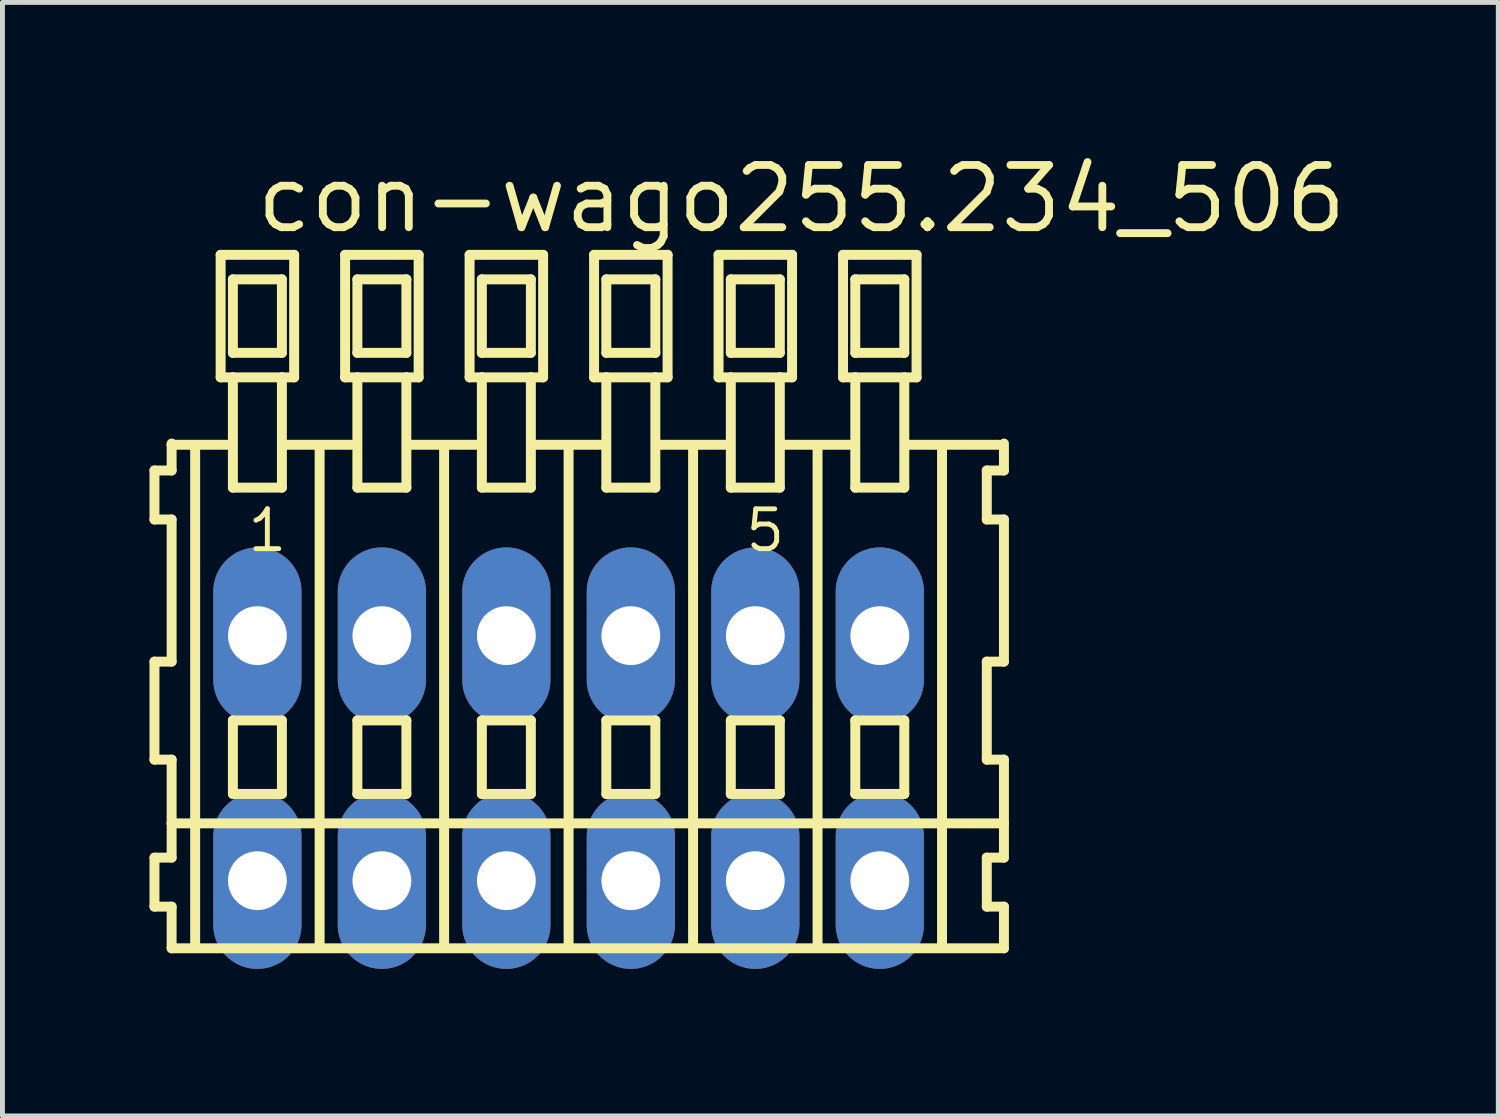
<source format=kicad_pcb>
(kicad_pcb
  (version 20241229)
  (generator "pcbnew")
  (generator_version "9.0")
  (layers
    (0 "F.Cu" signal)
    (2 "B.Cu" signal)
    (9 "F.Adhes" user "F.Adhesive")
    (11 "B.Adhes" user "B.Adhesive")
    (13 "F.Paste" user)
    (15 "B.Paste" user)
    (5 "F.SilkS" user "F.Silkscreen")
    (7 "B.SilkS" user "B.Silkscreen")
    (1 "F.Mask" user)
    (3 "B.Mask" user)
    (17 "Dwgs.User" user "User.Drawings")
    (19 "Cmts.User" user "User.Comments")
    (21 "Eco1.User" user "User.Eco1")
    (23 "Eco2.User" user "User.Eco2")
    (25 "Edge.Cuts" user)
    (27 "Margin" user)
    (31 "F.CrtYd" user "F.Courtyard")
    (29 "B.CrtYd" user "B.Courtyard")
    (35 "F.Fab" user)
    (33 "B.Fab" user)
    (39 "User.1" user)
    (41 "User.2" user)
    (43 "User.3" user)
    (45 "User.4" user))
  (footprint "con-wago255.234_506"
    (layer "F.Cu")
    (at 8.552 12.42)
    (property "Reference" "con-wago255.234_506" (at -6.45 -10.67 0) (layer "F.SilkS") (effects (font (size 1.27 1.27) (thickness 0.16)) (justify left bottom)))
    (attr through_hole)
    (fp_line (start -8.45 -5.87) (end -8.45 -4.87) (stroke (width 0.203) (type default)) (layer "F.SilkS"))
    (fp_line (start -8.45 -4.87) (end -8.1 -4.87) (stroke (width 0.203) (type default)) (layer "F.SilkS"))
    (fp_line (start -8.45 -1.97) (end -8.45 0.03) (stroke (width 0.203) (type default)) (layer "F.SilkS"))
    (fp_line (start -8.45 0.03) (end -8.1 0.03) (stroke (width 0.203) (type default)) (layer "F.SilkS"))
    (fp_line (start -8.45 2.03) (end -8.45 3.03) (stroke (width 0.203) (type default)) (layer "F.SilkS"))
    (fp_line (start -8.45 3.03) (end -8.1 3.03) (stroke (width 0.203) (type default)) (layer "F.SilkS"))
    (fp_line (start -8.1 -6.42) (end -8.1 -6.395) (stroke (width 0.203) (type default)) (layer "F.SilkS"))
    (fp_line (start -8.1 -6.395) (end -8.1 -5.87) (stroke (width 0.203) (type default)) (layer "F.SilkS"))
    (fp_line (start -8.1 -6.395) (end -6.975 -6.395) (stroke (width 0.203) (type default)) (layer "F.SilkS"))
    (fp_line (start -8.1 -5.87) (end -8.45 -5.87) (stroke (width 0.203) (type default)) (layer "F.SilkS"))
    (fp_line (start -8.1 -4.87) (end -8.1 -1.97) (stroke (width 0.203) (type default)) (layer "F.SilkS"))
    (fp_line (start -8.1 -1.97) (end -8.45 -1.97) (stroke (width 0.203) (type default)) (layer "F.SilkS"))
    (fp_line (start -8.1 0.03) (end -8.1 1.33) (stroke (width 0.203) (type default)) (layer "F.SilkS"))
    (fp_line (start -8.1 1.33) (end -8.1 2.03) (stroke (width 0.203) (type default)) (layer "F.SilkS"))
    (fp_line (start -8.1 1.33) (end 8.883 1.33) (stroke (width 0.203) (type default)) (layer "F.SilkS"))
    (fp_line (start -8.1 2.03) (end -8.45 2.03) (stroke (width 0.203) (type default)) (layer "F.SilkS"))
    (fp_line (start -8.1 3.03) (end -8.1 3.88) (stroke (width 0.203) (type default)) (layer "F.SilkS"))
    (fp_line (start -8.1 3.88) (end 8.883 3.88) (stroke (width 0.203) (type default)) (layer "F.SilkS"))
    (fp_line (start -7.62 3.83) (end -7.62 -6.33) (stroke (width 0.203) (type default)) (layer "F.SilkS"))
    (fp_line (start -7.1 -10.27) (end -7.1 -7.77) (stroke (width 0.203) (type default)) (layer "F.SilkS"))
    (fp_line (start -7.1 -7.77) (end -6.85 -7.77) (stroke (width 0.203) (type default)) (layer "F.SilkS"))
    (fp_line (start -6.85 -9.77) (end -6.85 -8.27) (stroke (width 0.203) (type default)) (layer "F.SilkS"))
    (fp_line (start -6.85 -8.27) (end -5.85 -8.27) (stroke (width 0.203) (type default)) (layer "F.SilkS"))
    (fp_line (start -6.85 -7.77) (end -6.85 -5.52) (stroke (width 0.203) (type default)) (layer "F.SilkS"))
    (fp_line (start -6.85 -7.77) (end -5.85 -7.77) (stroke (width 0.203) (type default)) (layer "F.SilkS"))
    (fp_line (start -6.85 -5.52) (end -5.85 -5.52) (stroke (width 0.203) (type default)) (layer "F.SilkS"))
    (fp_line (start -6.85 -0.77) (end -6.85 0.73) (stroke (width 0.203) (type default)) (layer "F.SilkS"))
    (fp_line (start -6.85 0.73) (end -5.85 0.73) (stroke (width 0.203) (type default)) (layer "F.SilkS"))
    (fp_line (start -5.85 -9.77) (end -6.85 -9.77) (stroke (width 0.203) (type default)) (layer "F.SilkS"))
    (fp_line (start -5.85 -8.27) (end -5.85 -9.77) (stroke (width 0.203) (type default)) (layer "F.SilkS"))
    (fp_line (start -5.85 -7.77) (end -5.6 -7.77) (stroke (width 0.203) (type default)) (layer "F.SilkS"))
    (fp_line (start -5.85 -5.52) (end -5.85 -7.77) (stroke (width 0.203) (type default)) (layer "F.SilkS"))
    (fp_line (start -5.85 -0.77) (end -6.85 -0.77) (stroke (width 0.203) (type default)) (layer "F.SilkS"))
    (fp_line (start -5.85 0.73) (end -5.85 -0.77) (stroke (width 0.203) (type default)) (layer "F.SilkS"))
    (fp_line (start -5.814 -6.395) (end -4.435 -6.395) (stroke (width 0.203) (type default)) (layer "F.SilkS"))
    (fp_line (start -5.6 -10.27) (end -7.1 -10.27) (stroke (width 0.203) (type default)) (layer "F.SilkS"))
    (fp_line (start -5.6 -7.77) (end -5.6 -10.27) (stroke (width 0.203) (type default)) (layer "F.SilkS"))
    (fp_line (start -5.08 3.83) (end -5.08 -6.33) (stroke (width 0.203) (type default)) (layer "F.SilkS"))
    (fp_line (start -4.56 -10.27) (end -4.56 -7.77) (stroke (width 0.203) (type default)) (layer "F.SilkS"))
    (fp_line (start -4.56 -7.77) (end -4.31 -7.77) (stroke (width 0.203) (type default)) (layer "F.SilkS"))
    (fp_line (start -4.31 -9.77) (end -4.31 -8.27) (stroke (width 0.203) (type default)) (layer "F.SilkS"))
    (fp_line (start -4.31 -8.27) (end -3.31 -8.27) (stroke (width 0.203) (type default)) (layer "F.SilkS"))
    (fp_line (start -4.31 -7.77) (end -4.31 -5.52) (stroke (width 0.203) (type default)) (layer "F.SilkS"))
    (fp_line (start -4.31 -7.77) (end -3.31 -7.77) (stroke (width 0.203) (type default)) (layer "F.SilkS"))
    (fp_line (start -4.31 -5.52) (end -3.31 -5.52) (stroke (width 0.203) (type default)) (layer "F.SilkS"))
    (fp_line (start -4.31 -0.77) (end -4.31 0.73) (stroke (width 0.203) (type default)) (layer "F.SilkS"))
    (fp_line (start -4.31 0.73) (end -3.31 0.73) (stroke (width 0.203) (type default)) (layer "F.SilkS"))
    (fp_line (start -3.31 -9.77) (end -4.31 -9.77) (stroke (width 0.203) (type default)) (layer "F.SilkS"))
    (fp_line (start -3.31 -8.27) (end -3.31 -9.77) (stroke (width 0.203) (type default)) (layer "F.SilkS"))
    (fp_line (start -3.31 -7.77) (end -3.06 -7.77) (stroke (width 0.203) (type default)) (layer "F.SilkS"))
    (fp_line (start -3.31 -5.52) (end -3.31 -7.77) (stroke (width 0.203) (type default)) (layer "F.SilkS"))
    (fp_line (start -3.31 -0.77) (end -4.31 -0.77) (stroke (width 0.203) (type default)) (layer "F.SilkS"))
    (fp_line (start -3.31 0.73) (end -3.31 -0.77) (stroke (width 0.203) (type default)) (layer "F.SilkS"))
    (fp_line (start -3.274 -6.395) (end -1.895 -6.395) (stroke (width 0.203) (type default)) (layer "F.SilkS"))
    (fp_line (start -3.06 -10.27) (end -4.56 -10.27) (stroke (width 0.203) (type default)) (layer "F.SilkS"))
    (fp_line (start -3.06 -7.77) (end -3.06 -10.27) (stroke (width 0.203) (type default)) (layer "F.SilkS"))
    (fp_line (start -2.54 3.83) (end -2.54 -6.33) (stroke (width 0.203) (type default)) (layer "F.SilkS"))
    (fp_line (start -2.02 -10.27) (end -2.02 -7.77) (stroke (width 0.203) (type default)) (layer "F.SilkS"))
    (fp_line (start -2.02 -7.77) (end -1.77 -7.77) (stroke (width 0.203) (type default)) (layer "F.SilkS"))
    (fp_line (start -1.77 -9.77) (end -1.77 -8.27) (stroke (width 0.203) (type default)) (layer "F.SilkS"))
    (fp_line (start -1.77 -8.27) (end -0.77 -8.27) (stroke (width 0.203) (type default)) (layer "F.SilkS"))
    (fp_line (start -1.77 -7.77) (end -1.77 -5.52) (stroke (width 0.203) (type default)) (layer "F.SilkS"))
    (fp_line (start -1.77 -7.77) (end -0.77 -7.77) (stroke (width 0.203) (type default)) (layer "F.SilkS"))
    (fp_line (start -1.77 -5.52) (end -0.77 -5.52) (stroke (width 0.203) (type default)) (layer "F.SilkS"))
    (fp_line (start -1.77 -0.77) (end -1.77 0.73) (stroke (width 0.203) (type default)) (layer "F.SilkS"))
    (fp_line (start -1.77 0.73) (end -0.77 0.73) (stroke (width 0.203) (type default)) (layer "F.SilkS"))
    (fp_line (start -0.77 -9.77) (end -1.77 -9.77) (stroke (width 0.203) (type default)) (layer "F.SilkS"))
    (fp_line (start -0.77 -8.27) (end -0.77 -9.77) (stroke (width 0.203) (type default)) (layer "F.SilkS"))
    (fp_line (start -0.77 -7.77) (end -0.52 -7.77) (stroke (width 0.203) (type default)) (layer "F.SilkS"))
    (fp_line (start -0.77 -5.52) (end -0.77 -7.77) (stroke (width 0.203) (type default)) (layer "F.SilkS"))
    (fp_line (start -0.77 -0.77) (end -1.77 -0.77) (stroke (width 0.203) (type default)) (layer "F.SilkS"))
    (fp_line (start -0.77 0.73) (end -0.77 -0.77) (stroke (width 0.203) (type default)) (layer "F.SilkS"))
    (fp_line (start -0.734 -6.395) (end 0.645 -6.395) (stroke (width 0.203) (type default)) (layer "F.SilkS"))
    (fp_line (start -0.52 -10.27) (end -2.02 -10.27) (stroke (width 0.203) (type default)) (layer "F.SilkS"))
    (fp_line (start -0.52 -7.77) (end -0.52 -10.27) (stroke (width 0.203) (type default)) (layer "F.SilkS"))
    (fp_line (start 0 3.83) (end 0 -6.33) (stroke (width 0.203) (type default)) (layer "F.SilkS"))
    (fp_line (start 0.52 -10.27) (end 0.52 -7.77) (stroke (width 0.203) (type default)) (layer "F.SilkS"))
    (fp_line (start 0.52 -7.77) (end 0.77 -7.77) (stroke (width 0.203) (type default)) (layer "F.SilkS"))
    (fp_line (start 0.77 -9.77) (end 0.77 -8.27) (stroke (width 0.203) (type default)) (layer "F.SilkS"))
    (fp_line (start 0.77 -8.27) (end 1.77 -8.27) (stroke (width 0.203) (type default)) (layer "F.SilkS"))
    (fp_line (start 0.77 -7.77) (end 0.77 -5.52) (stroke (width 0.203) (type default)) (layer "F.SilkS"))
    (fp_line (start 0.77 -7.77) (end 1.77 -7.77) (stroke (width 0.203) (type default)) (layer "F.SilkS"))
    (fp_line (start 0.77 -5.52) (end 1.77 -5.52) (stroke (width 0.203) (type default)) (layer "F.SilkS"))
    (fp_line (start 0.77 -0.77) (end 0.77 0.73) (stroke (width 0.203) (type default)) (layer "F.SilkS"))
    (fp_line (start 0.77 0.73) (end 1.77 0.73) (stroke (width 0.203) (type default)) (layer "F.SilkS"))
    (fp_line (start 1.77 -9.77) (end 0.77 -9.77) (stroke (width 0.203) (type default)) (layer "F.SilkS"))
    (fp_line (start 1.77 -8.27) (end 1.77 -9.77) (stroke (width 0.203) (type default)) (layer "F.SilkS"))
    (fp_line (start 1.77 -7.77) (end 2.02 -7.77) (stroke (width 0.203) (type default)) (layer "F.SilkS"))
    (fp_line (start 1.77 -5.52) (end 1.77 -7.77) (stroke (width 0.203) (type default)) (layer "F.SilkS"))
    (fp_line (start 1.77 -0.77) (end 0.77 -0.77) (stroke (width 0.203) (type default)) (layer "F.SilkS"))
    (fp_line (start 1.77 0.73) (end 1.77 -0.77) (stroke (width 0.203) (type default)) (layer "F.SilkS"))
    (fp_line (start 1.806 -6.395) (end 3.185 -6.395) (stroke (width 0.203) (type default)) (layer "F.SilkS"))
    (fp_line (start 2.02 -10.27) (end 0.52 -10.27) (stroke (width 0.203) (type default)) (layer "F.SilkS"))
    (fp_line (start 2.02 -7.77) (end 2.02 -10.27) (stroke (width 0.203) (type default)) (layer "F.SilkS"))
    (fp_line (start 2.54 3.83) (end 2.54 -6.33) (stroke (width 0.203) (type default)) (layer "F.SilkS"))
    (fp_line (start 3.06 -10.27) (end 3.06 -7.77) (stroke (width 0.203) (type default)) (layer "F.SilkS"))
    (fp_line (start 3.06 -7.77) (end 3.31 -7.77) (stroke (width 0.203) (type default)) (layer "F.SilkS"))
    (fp_line (start 3.31 -9.77) (end 3.31 -8.27) (stroke (width 0.203) (type default)) (layer "F.SilkS"))
    (fp_line (start 3.31 -8.27) (end 4.31 -8.27) (stroke (width 0.203) (type default)) (layer "F.SilkS"))
    (fp_line (start 3.31 -7.77) (end 3.31 -5.52) (stroke (width 0.203) (type default)) (layer "F.SilkS"))
    (fp_line (start 3.31 -7.77) (end 4.31 -7.77) (stroke (width 0.203) (type default)) (layer "F.SilkS"))
    (fp_line (start 3.31 -5.52) (end 4.31 -5.52) (stroke (width 0.203) (type default)) (layer "F.SilkS"))
    (fp_line (start 3.31 -0.77) (end 3.31 0.73) (stroke (width 0.203) (type default)) (layer "F.SilkS"))
    (fp_line (start 3.31 0.73) (end 4.31 0.73) (stroke (width 0.203) (type default)) (layer "F.SilkS"))
    (fp_line (start 4.31 -9.77) (end 3.31 -9.77) (stroke (width 0.203) (type default)) (layer "F.SilkS"))
    (fp_line (start 4.31 -8.27) (end 4.31 -9.77) (stroke (width 0.203) (type default)) (layer "F.SilkS"))
    (fp_line (start 4.31 -7.77) (end 4.56 -7.77) (stroke (width 0.203) (type default)) (layer "F.SilkS"))
    (fp_line (start 4.31 -5.52) (end 4.31 -7.77) (stroke (width 0.203) (type default)) (layer "F.SilkS"))
    (fp_line (start 4.31 -0.77) (end 3.31 -0.77) (stroke (width 0.203) (type default)) (layer "F.SilkS"))
    (fp_line (start 4.31 0.73) (end 4.31 -0.77) (stroke (width 0.203) (type default)) (layer "F.SilkS"))
    (fp_line (start 4.346 -6.395) (end 5.725 -6.395) (stroke (width 0.203) (type default)) (layer "F.SilkS"))
    (fp_line (start 4.56 -10.27) (end 3.06 -10.27) (stroke (width 0.203) (type default)) (layer "F.SilkS"))
    (fp_line (start 4.56 -7.77) (end 4.56 -10.27) (stroke (width 0.203) (type default)) (layer "F.SilkS"))
    (fp_line (start 5.08 3.83) (end 5.08 -6.33) (stroke (width 0.203) (type default)) (layer "F.SilkS"))
    (fp_line (start 5.6 -10.27) (end 5.6 -7.77) (stroke (width 0.203) (type default)) (layer "F.SilkS"))
    (fp_line (start 5.6 -7.77) (end 5.85 -7.77) (stroke (width 0.203) (type default)) (layer "F.SilkS"))
    (fp_line (start 5.85 -9.77) (end 5.85 -8.27) (stroke (width 0.203) (type default)) (layer "F.SilkS"))
    (fp_line (start 5.85 -8.27) (end 6.85 -8.27) (stroke (width 0.203) (type default)) (layer "F.SilkS"))
    (fp_line (start 5.85 -7.77) (end 5.85 -5.52) (stroke (width 0.203) (type default)) (layer "F.SilkS"))
    (fp_line (start 5.85 -7.77) (end 6.85 -7.77) (stroke (width 0.203) (type default)) (layer "F.SilkS"))
    (fp_line (start 5.85 -5.52) (end 6.85 -5.52) (stroke (width 0.203) (type default)) (layer "F.SilkS"))
    (fp_line (start 5.85 -0.77) (end 5.85 0.73) (stroke (width 0.203) (type default)) (layer "F.SilkS"))
    (fp_line (start 5.85 0.73) (end 6.85 0.73) (stroke (width 0.203) (type default)) (layer "F.SilkS"))
    (fp_line (start 6.85 -9.77) (end 5.85 -9.77) (stroke (width 0.203) (type default)) (layer "F.SilkS"))
    (fp_line (start 6.85 -8.27) (end 6.85 -9.77) (stroke (width 0.203) (type default)) (layer "F.SilkS"))
    (fp_line (start 6.85 -7.77) (end 7.1 -7.77) (stroke (width 0.203) (type default)) (layer "F.SilkS"))
    (fp_line (start 6.85 -5.52) (end 6.85 -7.77) (stroke (width 0.203) (type default)) (layer "F.SilkS"))
    (fp_line (start 6.85 -0.77) (end 5.85 -0.77) (stroke (width 0.203) (type default)) (layer "F.SilkS"))
    (fp_line (start 6.85 0.73) (end 6.85 -0.77) (stroke (width 0.203) (type default)) (layer "F.SilkS"))
    (fp_line (start 6.886 -6.395) (end 8.773 -6.395) (stroke (width 0.203) (type default)) (layer "F.SilkS"))
    (fp_line (start 7.1 -10.27) (end 5.6 -10.27) (stroke (width 0.203) (type default)) (layer "F.SilkS"))
    (fp_line (start 7.1 -7.77) (end 7.1 -10.27) (stroke (width 0.203) (type default)) (layer "F.SilkS"))
    (fp_line (start 7.62 3.83) (end 7.62 -6.33) (stroke (width 0.203) (type default)) (layer "F.SilkS"))
    (fp_line (start 8.533 -5.87) (end 8.533 -4.87) (stroke (width 0.203) (type default)) (layer "F.SilkS"))
    (fp_line (start 8.533 -4.87) (end 8.883 -4.87) (stroke (width 0.203) (type default)) (layer "F.SilkS"))
    (fp_line (start 8.533 -1.97) (end 8.533 0.03) (stroke (width 0.203) (type default)) (layer "F.SilkS"))
    (fp_line (start 8.533 0.03) (end 8.883 0.03) (stroke (width 0.203) (type default)) (layer "F.SilkS"))
    (fp_line (start 8.533 2.03) (end 8.533 3.03) (stroke (width 0.203) (type default)) (layer "F.SilkS"))
    (fp_line (start 8.533 3.03) (end 8.883 3.03) (stroke (width 0.203) (type default)) (layer "F.SilkS"))
    (fp_line (start 8.883 -5.87) (end 8.533 -5.87) (stroke (width 0.203) (type default)) (layer "F.SilkS"))
    (fp_line (start 8.883 -5.87) (end 8.883 -6.42) (stroke (width 0.203) (type default)) (layer "F.SilkS"))
    (fp_line (start 8.883 -1.97) (end 8.533 -1.97) (stroke (width 0.203) (type default)) (layer "F.SilkS"))
    (fp_line (start 8.883 -1.97) (end 8.883 -4.87) (stroke (width 0.203) (type default)) (layer "F.SilkS"))
    (fp_line (start 8.883 1.33) (end 8.883 0.03) (stroke (width 0.203) (type default)) (layer "F.SilkS"))
    (fp_line (start 8.883 2.03) (end 8.533 2.03) (stroke (width 0.203) (type default)) (layer "F.SilkS"))
    (fp_line (start 8.883 2.03) (end 8.883 1.33) (stroke (width 0.203) (type default)) (layer "F.SilkS"))
    (fp_line (start 8.883 3.88) (end 8.883 3.03) (stroke (width 0.203) (type default)) (layer "F.SilkS"))
    (fp_text user "5" (at 3.56 -4.17 0) (layer "F.SilkS") (effects (font (size 0.813 0.813) (thickness 0.1)) (justify left bottom)))
    (fp_text user "1" (at -6.6 -4.17 0) (layer "F.SilkS") (effects (font (size 0.813 0.813) (thickness 0.1)) (justify left bottom)))
    (pad "A1" thru_hole oval (at -6.35 -2.5 90) (size 3.6 1.8) (drill 1.2) (layers "*.Cu" "*.Mask"))
    (pad "A2" thru_hole oval (at -3.81 -2.5 90) (size 3.6 1.8) (drill 1.2) (layers "*.Cu" "*.Mask"))
    (pad "A3" thru_hole oval (at -1.27 -2.5 90) (size 3.6 1.8) (drill 1.2) (layers "*.Cu" "*.Mask"))
    (pad "A4" thru_hole oval (at 1.27 -2.5 90) (size 3.6 1.8) (drill 1.2) (layers "*.Cu" "*.Mask"))
    (pad "A5" thru_hole oval (at 3.81 -2.5 90) (size 3.6 1.8) (drill 1.2) (layers "*.Cu" "*.Mask"))
    (pad "A6" thru_hole oval (at 6.35 -2.5 90) (size 3.6 1.8) (drill 1.2) (layers "*.Cu" "*.Mask"))
    (pad "B1" thru_hole oval (at -6.35 2.5 90) (size 3.6 1.8) (drill 1.2) (layers "*.Cu" "*.Mask"))
    (pad "B2" thru_hole oval (at -3.81 2.5 90) (size 3.6 1.8) (drill 1.2) (layers "*.Cu" "*.Mask"))
    (pad "B3" thru_hole oval (at -1.27 2.5 90) (size 3.6 1.8) (drill 1.2) (layers "*.Cu" "*.Mask"))
    (pad "B4" thru_hole oval (at 1.27 2.5 90) (size 3.6 1.8) (drill 1.2) (layers "*.Cu" "*.Mask"))
    (pad "B5" thru_hole oval (at 3.81 2.5 90) (size 3.6 1.8) (drill 1.2) (layers "*.Cu" "*.Mask"))
    (pad "B6" thru_hole oval (at 6.35 2.5 90) (size 3.6 1.8) (drill 1.2) (layers "*.Cu" "*.Mask")))
  (gr_rect
    (start -3 -3)
    (end 27.522 19.72)
    (stroke (width 0.1) (type default))
    (fill no)
    (layer "Edge.Cuts")))
</source>
